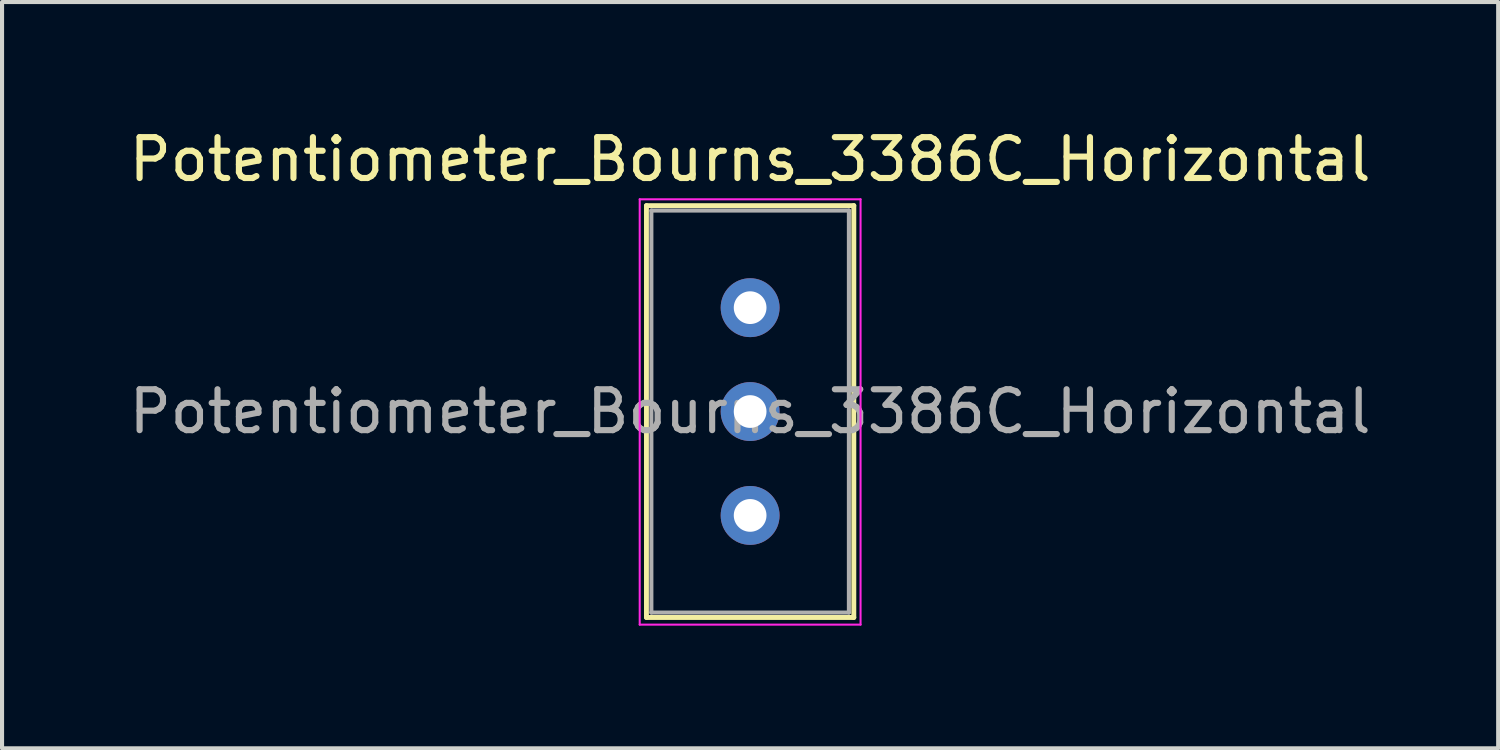
<source format=kicad_pcb>
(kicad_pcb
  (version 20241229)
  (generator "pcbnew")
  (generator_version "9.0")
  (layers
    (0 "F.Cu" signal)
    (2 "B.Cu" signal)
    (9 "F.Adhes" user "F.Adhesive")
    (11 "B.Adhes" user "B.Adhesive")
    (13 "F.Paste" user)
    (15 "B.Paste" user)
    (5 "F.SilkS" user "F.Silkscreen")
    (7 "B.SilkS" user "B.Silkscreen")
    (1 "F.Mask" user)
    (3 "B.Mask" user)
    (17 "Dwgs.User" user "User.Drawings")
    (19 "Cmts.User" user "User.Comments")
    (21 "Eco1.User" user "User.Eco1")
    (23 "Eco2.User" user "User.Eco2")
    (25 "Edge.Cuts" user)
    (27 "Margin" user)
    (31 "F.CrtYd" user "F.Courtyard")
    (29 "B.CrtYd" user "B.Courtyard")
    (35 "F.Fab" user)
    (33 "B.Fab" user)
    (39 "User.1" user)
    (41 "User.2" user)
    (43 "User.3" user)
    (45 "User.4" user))
  (footprint "Potentiometer_Bourns_3386C_Horizontal"
    (layer "F.Cu")
    (at 15.292 4.473)
    (property "Reference" "Potentiometer_Bourns_3386C_Horizontal" (at 0 -3.625 0) (layer "F.SilkS") (effects (font (size 1 1) (thickness 0.15))))
    (attr through_hole)
    (fp_line (start -2.535 -2.495) (end -2.535 7.575) (stroke (width 0.12) (type solid)) (layer "F.SilkS"))
    (fp_line (start -2.535 -2.495) (end 2.535 -2.495) (stroke (width 0.12) (type solid)) (layer "F.SilkS"))
    (fp_line (start -2.535 7.575) (end 2.535 7.575) (stroke (width 0.12) (type solid)) (layer "F.SilkS"))
    (fp_line (start 2.535 -2.495) (end 2.535 7.575) (stroke (width 0.12) (type solid)) (layer "F.SilkS"))
    (fp_line (start -2.7 -2.65) (end -2.7 7.75) (stroke (width 0.05) (type solid)) (layer "F.CrtYd"))
    (fp_line (start -2.7 7.75) (end 2.7 7.75) (stroke (width 0.05) (type solid)) (layer "F.CrtYd"))
    (fp_line (start 2.7 -2.65) (end -2.7 -2.65) (stroke (width 0.05) (type solid)) (layer "F.CrtYd"))
    (fp_line (start 2.7 7.75) (end 2.7 -2.65) (stroke (width 0.05) (type solid)) (layer "F.CrtYd"))
    (fp_line (start -2.415 -2.375) (end 2.415 -2.375) (stroke (width 0.1) (type solid)) (layer "F.Fab"))
    (fp_line (start -2.415 7.455) (end -2.415 -2.375) (stroke (width 0.1) (type solid)) (layer "F.Fab"))
    (fp_line (start 2.415 -2.375) (end 2.415 7.455) (stroke (width 0.1) (type solid)) (layer "F.Fab"))
    (fp_line (start 2.415 7.455) (end -2.415 7.455) (stroke (width 0.1) (type solid)) (layer "F.Fab"))
    (fp_text user "${REFERENCE}" (at 0 2.54 0) (layer "F.Fab") (effects (font (size 1 1) (thickness 0.15))))
    (pad "1" thru_hole circle (at 0 0) (size 1.44 1.44) (drill 0.8) (layers "*.Cu" "*.Mask"))
    (pad "2" thru_hole circle (at 0 2.54) (size 1.44 1.44) (drill 0.8) (layers "*.Cu" "*.Mask"))
    (pad "3" thru_hole circle (at 0 5.08) (size 1.44 1.44) (drill 0.8) (layers "*.Cu" "*.Mask")))
  (gr_rect
    (start -3 -3)
    (end 33.583 15.248)
    (stroke (width 0.1) (type default))
    (fill no)
    (layer "Edge.Cuts")))
</source>
